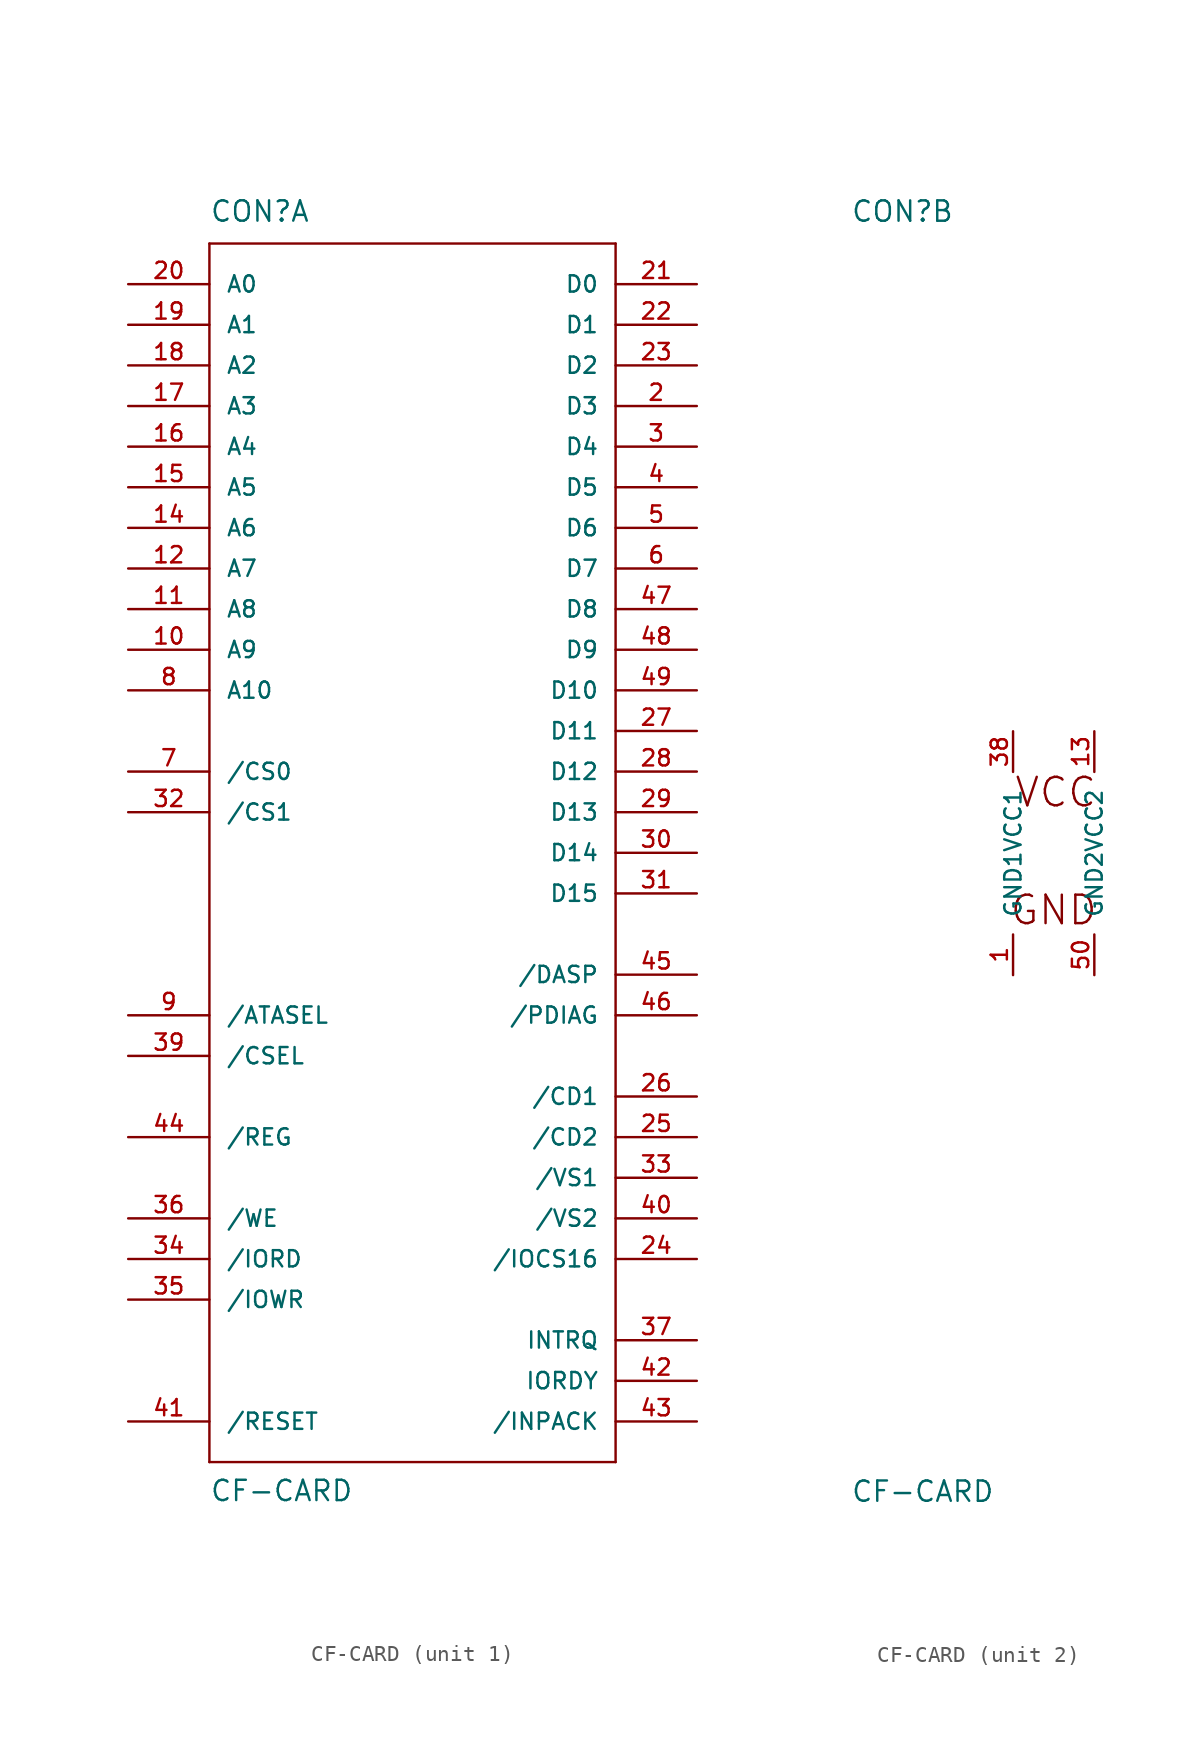
<source format=kicad_sym>
(kicad_symbol_lib
  (version 20211014)
  (generator kicad_symbol_editor)
  (symbol "CF-CARD"
    (pin_names
      (offset 1.016))
    (property "Reference" "CON"
      (at -12.7 39.37 0)
      (effects (font (size 1.27 1.27)) (justify left bottom)))
    (property "Value" "CF-CARD"
      (at -12.7 -40.64 0)
      (effects (font (size 1.27 1.27)) (justify left bottom)))
    (property "Datasheet" ""
      (at 0 0 0)
      (effects (font (size 1.524 1.524))))
    (property "ki_locked" ""
      (at 0 0 0)
      (effects (font (size 1.27 1.27))))
    (symbol "CF-CARD_1_0"
      (polyline (pts (xy -12.7 -38.1) (xy 12.7 -38.1)) (stroke (width 0) (type default) (color 0 0 0 0)) (fill (type none)))
      (polyline (pts (xy -12.7 38.1) (xy -12.7 -38.1)) (stroke (width 0) (type default) (color 0 0 0 0)) (fill (type none)))
      (polyline (pts (xy 12.7 -38.1) (xy 12.7 38.1)) (stroke (width 0) (type default) (color 0 0 0 0)) (fill (type none)))
      (polyline (pts (xy 12.7 38.1) (xy -12.7 38.1)) (stroke (width 0) (type default) (color 0 0 0 0)) (fill (type none))))
    (symbol "CF-CARD_1_1"
      (pin input line (at -17.78 12.7 0) (length 5.08) (name "A9" (effects (font (size 1.016 1.016)))) (number "10" (effects (font (size 1.016 1.016)))))
      (pin input line (at -17.78 15.24 0) (length 5.08) (name "A8" (effects (font (size 1.016 1.016)))) (number "11" (effects (font (size 1.016 1.016)))))
      (pin input line (at -17.78 17.78 0) (length 5.08) (name "A7" (effects (font (size 1.016 1.016)))) (number "12" (effects (font (size 1.016 1.016)))))
      (pin input line (at -17.78 20.32 0) (length 5.08) (name "A6" (effects (font (size 1.016 1.016)))) (number "14" (effects (font (size 1.016 1.016)))))
      (pin input line (at -17.78 22.86 0) (length 5.08) (name "A5" (effects (font (size 1.016 1.016)))) (number "15" (effects (font (size 1.016 1.016)))))
      (pin input line (at -17.78 25.4 0) (length 5.08) (name "A4" (effects (font (size 1.016 1.016)))) (number "16" (effects (font (size 1.016 1.016)))))
      (pin input line (at -17.78 27.94 0) (length 5.08) (name "A3" (effects (font (size 1.016 1.016)))) (number "17" (effects (font (size 1.016 1.016)))))
      (pin input line (at -17.78 30.48 0) (length 5.08) (name "A2" (effects (font (size 1.016 1.016)))) (number "18" (effects (font (size 1.016 1.016)))))
      (pin input line (at -17.78 33.02 0) (length 5.08) (name "A1" (effects (font (size 1.016 1.016)))) (number "19" (effects (font (size 1.016 1.016)))))
      (pin bidirectional line (at 17.78 27.94 180) (length 5.08) (name "D3" (effects (font (size 1.016 1.016)))) (number "2" (effects (font (size 1.016 1.016)))))
      (pin input line (at -17.78 35.56 0) (length 5.08) (name "A0" (effects (font (size 1.016 1.016)))) (number "20" (effects (font (size 1.016 1.016)))))
      (pin bidirectional line (at 17.78 35.56 180) (length 5.08) (name "D0" (effects (font (size 1.016 1.016)))) (number "21" (effects (font (size 1.016 1.016)))))
      (pin bidirectional line (at 17.78 33.02 180) (length 5.08) (name "D1" (effects (font (size 1.016 1.016)))) (number "22" (effects (font (size 1.016 1.016)))))
      (pin bidirectional line (at 17.78 30.48 180) (length 5.08) (name "D2" (effects (font (size 1.016 1.016)))) (number "23" (effects (font (size 1.016 1.016)))))
      (pin output line (at 17.78 -25.4 180) (length 5.08) (name "/IOCS16" (effects (font (size 1.016 1.016)))) (number "24" (effects (font (size 1.016 1.016)))))
      (pin output line (at 17.78 -17.78 180) (length 5.08) (name "/CD2" (effects (font (size 1.016 1.016)))) (number "25" (effects (font (size 1.016 1.016)))))
      (pin output line (at 17.78 -15.24 180) (length 5.08) (name "/CD1" (effects (font (size 1.016 1.016)))) (number "26" (effects (font (size 1.016 1.016)))))
      (pin bidirectional line (at 17.78 7.62 180) (length 5.08) (name "D11" (effects (font (size 1.016 1.016)))) (number "27" (effects (font (size 1.016 1.016)))))
      (pin bidirectional line (at 17.78 5.08 180) (length 5.08) (name "D12" (effects (font (size 1.016 1.016)))) (number "28" (effects (font (size 1.016 1.016)))))
      (pin bidirectional line (at 17.78 2.54 180) (length 5.08) (name "D13" (effects (font (size 1.016 1.016)))) (number "29" (effects (font (size 1.016 1.016)))))
      (pin bidirectional line (at 17.78 25.4 180) (length 5.08) (name "D4" (effects (font (size 1.016 1.016)))) (number "3" (effects (font (size 1.016 1.016)))))
      (pin bidirectional line (at 17.78 0 180) (length 5.08) (name "D14" (effects (font (size 1.016 1.016)))) (number "30" (effects (font (size 1.016 1.016)))))
      (pin bidirectional line (at 17.78 -2.54 180) (length 5.08) (name "D15" (effects (font (size 1.016 1.016)))) (number "31" (effects (font (size 1.016 1.016)))))
      (pin input line (at -17.78 2.54 0) (length 5.08) (name "/CS1" (effects (font (size 1.016 1.016)))) (number "32" (effects (font (size 1.016 1.016)))))
      (pin output line (at 17.78 -20.32 180) (length 5.08) (name "/VS1" (effects (font (size 1.016 1.016)))) (number "33" (effects (font (size 1.016 1.016)))))
      (pin input line (at -17.78 -25.4 0) (length 5.08) (name "/IORD" (effects (font (size 1.016 1.016)))) (number "34" (effects (font (size 1.016 1.016)))))
      (pin input line (at -17.78 -27.94 0) (length 5.08) (name "/IOWR" (effects (font (size 1.016 1.016)))) (number "35" (effects (font (size 1.016 1.016)))))
      (pin input line (at -17.78 -22.86 0) (length 5.08) (name "/WE" (effects (font (size 1.016 1.016)))) (number "36" (effects (font (size 1.016 1.016)))))
      (pin output line (at 17.78 -30.48 180) (length 5.08) (name "INTRQ" (effects (font (size 1.016 1.016)))) (number "37" (effects (font (size 1.016 1.016)))))
      (pin input line (at -17.78 -12.7 0) (length 5.08) (name "/CSEL" (effects (font (size 1.016 1.016)))) (number "39" (effects (font (size 1.016 1.016)))))
      (pin bidirectional line (at 17.78 22.86 180) (length 5.08) (name "D5" (effects (font (size 1.016 1.016)))) (number "4" (effects (font (size 1.016 1.016)))))
      (pin output line (at 17.78 -22.86 180) (length 5.08) (name "/VS2" (effects (font (size 1.016 1.016)))) (number "40" (effects (font (size 1.016 1.016)))))
      (pin input line (at -17.78 -35.56 0) (length 5.08) (name "/RESET" (effects (font (size 1.016 1.016)))) (number "41" (effects (font (size 1.016 1.016)))))
      (pin output line (at 17.78 -33.02 180) (length 5.08) (name "IORDY" (effects (font (size 1.016 1.016)))) (number "42" (effects (font (size 1.016 1.016)))))
      (pin output line (at 17.78 -35.56 180) (length 5.08) (name "/INPACK" (effects (font (size 1.016 1.016)))) (number "43" (effects (font (size 1.016 1.016)))))
      (pin input line (at -17.78 -17.78 0) (length 5.08) (name "/REG" (effects (font (size 1.016 1.016)))) (number "44" (effects (font (size 1.016 1.016)))))
      (pin bidirectional line (at 17.78 -7.62 180) (length 5.08) (name "/DASP" (effects (font (size 1.016 1.016)))) (number "45" (effects (font (size 1.016 1.016)))))
      (pin bidirectional line (at 17.78 -10.16 180) (length 5.08) (name "/PDIAG" (effects (font (size 1.016 1.016)))) (number "46" (effects (font (size 1.016 1.016)))))
      (pin bidirectional line (at 17.78 15.24 180) (length 5.08) (name "D8" (effects (font (size 1.016 1.016)))) (number "47" (effects (font (size 1.016 1.016)))))
      (pin bidirectional line (at 17.78 12.7 180) (length 5.08) (name "D9" (effects (font (size 1.016 1.016)))) (number "48" (effects (font (size 1.016 1.016)))))
      (pin bidirectional line (at 17.78 10.16 180) (length 5.08) (name "D10" (effects (font (size 1.016 1.016)))) (number "49" (effects (font (size 1.016 1.016)))))
      (pin bidirectional line (at 17.78 20.32 180) (length 5.08) (name "D6" (effects (font (size 1.016 1.016)))) (number "5" (effects (font (size 1.016 1.016)))))
      (pin bidirectional line (at 17.78 17.78 180) (length 5.08) (name "D7" (effects (font (size 1.016 1.016)))) (number "6" (effects (font (size 1.016 1.016)))))
      (pin input line (at -17.78 5.08 0) (length 5.08) (name "/CS0" (effects (font (size 1.016 1.016)))) (number "7" (effects (font (size 1.016 1.016)))))
      (pin input line (at -17.78 10.16 0) (length 5.08) (name "A10" (effects (font (size 1.016 1.016)))) (number "8" (effects (font (size 1.016 1.016)))))
      (pin input line (at -17.78 -10.16 0) (length 5.08) (name "/ATASEL" (effects (font (size 1.016 1.016)))) (number "9" (effects (font (size 1.016 1.016))))))
    (symbol "CF-CARD_2_0"
      (text "GND" (at 0 -3.556 0) (effects (font (size 1.778 1.778))))
      (text "VCC" (at 0.127 3.81 0) (effects (font (size 1.778 1.778)))))
    (symbol "CF-CARD_2_1"
      (pin power_in line (at -2.54 -7.62 90) (length 2.54) (name "GND1" (effects (font (size 1.016 1.016)))) (number "1" (effects (font (size 1.016 1.016)))))
      (pin power_in line (at 2.54 7.62 270) (length 2.54) (name "VCC2" (effects (font (size 1.016 1.016)))) (number "13" (effects (font (size 1.016 1.016)))))
      (pin power_in line (at -2.54 7.62 270) (length 2.54) (name "VCC1" (effects (font (size 1.016 1.016)))) (number "38" (effects (font (size 1.016 1.016)))))
      (pin power_in line (at 2.54 -7.62 90) (length 2.54) (name "GND2" (effects (font (size 1.016 1.016)))) (number "50" (effects (font (size 1.016 1.016))))))))
</source>
